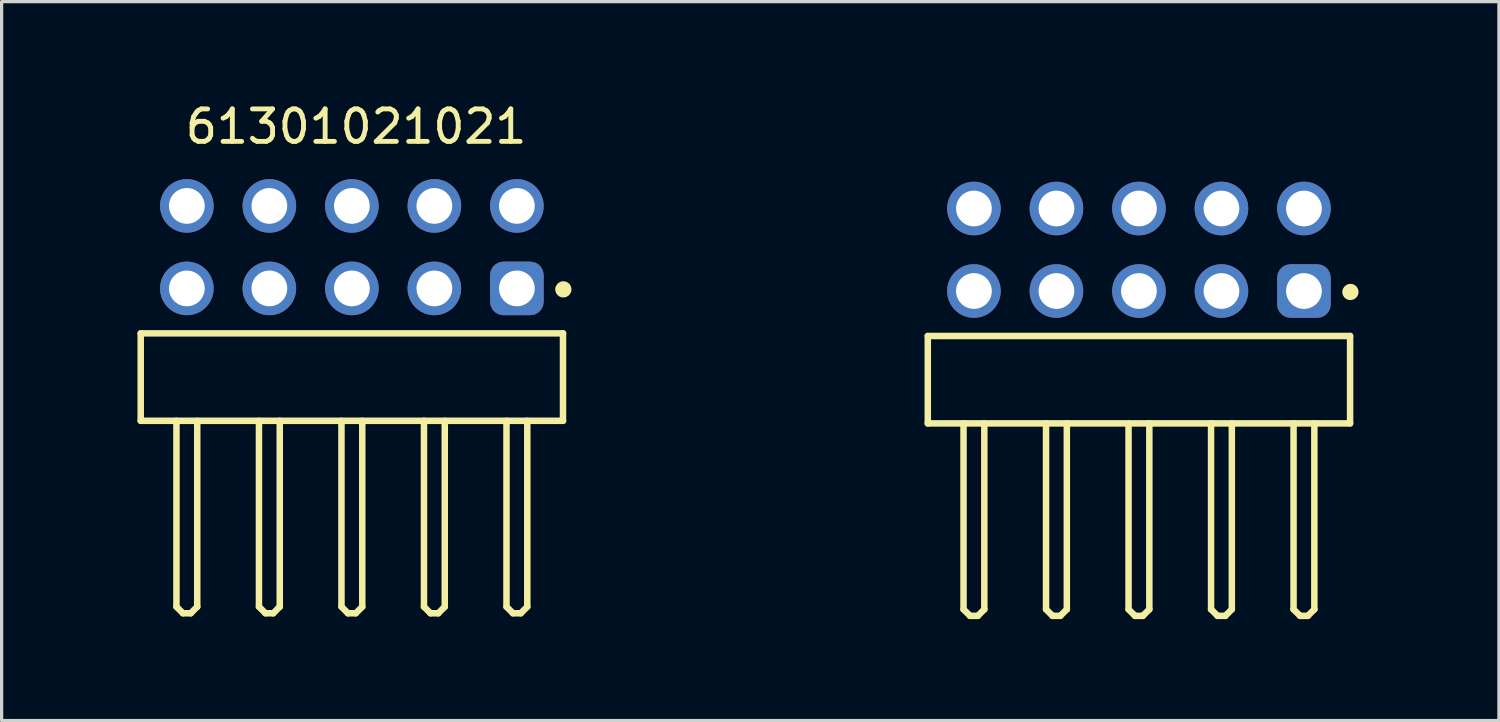
<source format=kicad_pcb>
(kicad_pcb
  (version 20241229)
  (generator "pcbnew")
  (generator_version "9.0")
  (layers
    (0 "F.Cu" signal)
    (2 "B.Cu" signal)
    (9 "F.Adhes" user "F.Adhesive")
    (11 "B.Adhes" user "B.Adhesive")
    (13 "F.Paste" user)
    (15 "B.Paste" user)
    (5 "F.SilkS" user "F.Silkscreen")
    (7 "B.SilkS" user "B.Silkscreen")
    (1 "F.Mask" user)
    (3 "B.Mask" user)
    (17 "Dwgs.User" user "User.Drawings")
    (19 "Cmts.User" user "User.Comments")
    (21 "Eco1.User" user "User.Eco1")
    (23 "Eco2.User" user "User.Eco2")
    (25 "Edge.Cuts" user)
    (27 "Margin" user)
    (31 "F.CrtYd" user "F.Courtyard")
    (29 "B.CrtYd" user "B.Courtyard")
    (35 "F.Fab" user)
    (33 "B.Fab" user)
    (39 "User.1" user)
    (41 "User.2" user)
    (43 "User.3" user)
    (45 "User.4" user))
  (footprint "61301021021"
    (layer "F.Cu")
    (at 19.642 8.186)
    (property "Reference" "61301021021" (at -11.73 -7.338 0) (layer "F.SilkS") (effects (font (size 1 1) (thickness 0.15))))
    (fp_line (start -18.36 -0.973) (end -5.36 -0.973) (stroke (width 0.2) (type solid)) (layer "F.SilkS"))
    (fp_line (start -18.36 1.718) (end -18.36 -0.973) (stroke (width 0.2) (type solid)) (layer "F.SilkS"))
    (fp_line (start -18.36 1.718) (end -5.36 1.718) (stroke (width 0.2) (type solid)) (layer "F.SilkS"))
    (fp_line (start -17.26 7.442) (end -17.26 1.718) (stroke (width 0.2) (type solid)) (layer "F.SilkS"))
    (fp_line (start -17.26 7.442) (end -17.06 7.643) (stroke (width 0.2) (type solid)) (layer "F.SilkS"))
    (fp_line (start -17.06 7.643) (end -16.82 7.643) (stroke (width 0.2) (type solid)) (layer "F.SilkS"))
    (fp_line (start -16.82 7.643) (end -16.62 7.442) (stroke (width 0.2) (type solid)) (layer "F.SilkS"))
    (fp_line (start -16.62 7.442) (end -16.62 1.718) (stroke (width 0.2) (type solid)) (layer "F.SilkS"))
    (fp_line (start -14.72 7.442) (end -14.72 1.718) (stroke (width 0.2) (type solid)) (layer "F.SilkS"))
    (fp_line (start -14.72 7.442) (end -14.52 7.643) (stroke (width 0.2) (type solid)) (layer "F.SilkS"))
    (fp_line (start -14.52 7.643) (end -14.28 7.643) (stroke (width 0.2) (type solid)) (layer "F.SilkS"))
    (fp_line (start -14.28 7.643) (end -14.08 7.442) (stroke (width 0.2) (type solid)) (layer "F.SilkS"))
    (fp_line (start -14.08 7.442) (end -14.08 1.718) (stroke (width 0.2) (type solid)) (layer "F.SilkS"))
    (fp_line (start -12.18 7.442) (end -12.18 1.718) (stroke (width 0.2) (type solid)) (layer "F.SilkS"))
    (fp_line (start -12.18 7.442) (end -11.98 7.643) (stroke (width 0.2) (type solid)) (layer "F.SilkS"))
    (fp_line (start -11.98 7.643) (end -11.74 7.643) (stroke (width 0.2) (type solid)) (layer "F.SilkS"))
    (fp_line (start -11.74 7.643) (end -11.54 7.442) (stroke (width 0.2) (type solid)) (layer "F.SilkS"))
    (fp_line (start -11.54 7.442) (end -11.54 1.718) (stroke (width 0.2) (type solid)) (layer "F.SilkS"))
    (fp_line (start -9.64 7.442) (end -9.64 1.718) (stroke (width 0.2) (type solid)) (layer "F.SilkS"))
    (fp_line (start -9.64 7.442) (end -9.44 7.643) (stroke (width 0.2) (type solid)) (layer "F.SilkS"))
    (fp_line (start -9.44 7.643) (end -9.2 7.643) (stroke (width 0.2) (type solid)) (layer "F.SilkS"))
    (fp_line (start -9.2 7.643) (end -9 7.442) (stroke (width 0.2) (type solid)) (layer "F.SilkS"))
    (fp_line (start -9 7.442) (end -9 1.718) (stroke (width 0.2) (type solid)) (layer "F.SilkS"))
    (fp_line (start -7.1 7.442) (end -7.1 1.718) (stroke (width 0.2) (type solid)) (layer "F.SilkS"))
    (fp_line (start -7.1 7.442) (end -6.9 7.643) (stroke (width 0.2) (type solid)) (layer "F.SilkS"))
    (fp_line (start -6.9 7.643) (end -6.66 7.643) (stroke (width 0.2) (type solid)) (layer "F.SilkS"))
    (fp_line (start -6.66 7.643) (end -6.46 7.442) (stroke (width 0.2) (type solid)) (layer "F.SilkS"))
    (fp_line (start -6.46 7.442) (end -6.46 1.718) (stroke (width 0.2) (type solid)) (layer "F.SilkS"))
    (fp_line (start -5.36 1.718) (end -5.36 -0.973) (stroke (width 0.2) (type solid)) (layer "F.SilkS"))
    (fp_line (start 5.87 -0.892) (end 18.87 -0.892) (stroke (width 0.2) (type solid)) (layer "F.SilkS"))
    (fp_line (start 5.87 1.798) (end 5.87 -0.892) (stroke (width 0.2) (type solid)) (layer "F.SilkS"))
    (fp_line (start 5.87 1.798) (end 18.87 1.798) (stroke (width 0.2) (type solid)) (layer "F.SilkS"))
    (fp_line (start 6.97 7.522) (end 6.97 1.798) (stroke (width 0.2) (type solid)) (layer "F.SilkS"))
    (fp_line (start 6.97 7.522) (end 7.17 7.723) (stroke (width 0.2) (type solid)) (layer "F.SilkS"))
    (fp_line (start 7.17 7.723) (end 7.41 7.723) (stroke (width 0.2) (type solid)) (layer "F.SilkS"))
    (fp_line (start 7.41 7.723) (end 7.61 7.522) (stroke (width 0.2) (type solid)) (layer "F.SilkS"))
    (fp_line (start 7.61 7.522) (end 7.61 1.798) (stroke (width 0.2) (type solid)) (layer "F.SilkS"))
    (fp_line (start 9.51 7.522) (end 9.51 1.798) (stroke (width 0.2) (type solid)) (layer "F.SilkS"))
    (fp_line (start 9.51 7.522) (end 9.71 7.723) (stroke (width 0.2) (type solid)) (layer "F.SilkS"))
    (fp_line (start 9.71 7.723) (end 9.95 7.723) (stroke (width 0.2) (type solid)) (layer "F.SilkS"))
    (fp_line (start 9.95 7.723) (end 10.15 7.522) (stroke (width 0.2) (type solid)) (layer "F.SilkS"))
    (fp_line (start 10.15 7.522) (end 10.15 1.798) (stroke (width 0.2) (type solid)) (layer "F.SilkS"))
    (fp_line (start 12.05 7.522) (end 12.05 1.798) (stroke (width 0.2) (type solid)) (layer "F.SilkS"))
    (fp_line (start 12.05 7.522) (end 12.25 7.723) (stroke (width 0.2) (type solid)) (layer "F.SilkS"))
    (fp_line (start 12.25 7.723) (end 12.49 7.723) (stroke (width 0.2) (type solid)) (layer "F.SilkS"))
    (fp_line (start 12.49 7.723) (end 12.69 7.522) (stroke (width 0.2) (type solid)) (layer "F.SilkS"))
    (fp_line (start 12.69 7.522) (end 12.69 1.798) (stroke (width 0.2) (type solid)) (layer "F.SilkS"))
    (fp_line (start 14.59 7.522) (end 14.59 1.798) (stroke (width 0.2) (type solid)) (layer "F.SilkS"))
    (fp_line (start 14.59 7.522) (end 14.79 7.723) (stroke (width 0.2) (type solid)) (layer "F.SilkS"))
    (fp_line (start 14.79 7.723) (end 15.03 7.723) (stroke (width 0.2) (type solid)) (layer "F.SilkS"))
    (fp_line (start 15.03 7.723) (end 15.23 7.522) (stroke (width 0.2) (type solid)) (layer "F.SilkS"))
    (fp_line (start 15.23 7.522) (end 15.23 1.798) (stroke (width 0.2) (type solid)) (layer "F.SilkS"))
    (fp_line (start 17.13 7.522) (end 17.13 1.798) (stroke (width 0.2) (type solid)) (layer "F.SilkS"))
    (fp_line (start 17.13 7.522) (end 17.33 7.723) (stroke (width 0.2) (type solid)) (layer "F.SilkS"))
    (fp_line (start 17.33 7.723) (end 17.57 7.723) (stroke (width 0.2) (type solid)) (layer "F.SilkS"))
    (fp_line (start 17.57 7.723) (end 17.77 7.522) (stroke (width 0.2) (type solid)) (layer "F.SilkS"))
    (fp_line (start 17.77 7.522) (end 17.77 1.798) (stroke (width 0.2) (type solid)) (layer "F.SilkS"))
    (fp_line (start 18.87 1.798) (end 18.87 -0.892) (stroke (width 0.2) (type solid)) (layer "F.SilkS"))
    (fp_circle (center -5.35 -2.328) (end -5.35 -2.453) (stroke (width 0.25) (type solid)) (fill no) (layer "F.SilkS"))
    (fp_circle (center 18.88 -2.248) (end 18.88 -2.373) (stroke (width 0.25) (type solid)) (fill no) (layer "F.SilkS"))
    (fp_line (start -18.56 -5.923) (end -5.16 -5.923) (stroke (width 0.05) (type solid)) (layer "Eco2.User"))
    (fp_line (start -18.56 7.843) (end -18.56 -5.923) (stroke (width 0.05) (type solid)) (layer "Eco2.User"))
    (fp_line (start -18.56 7.843) (end -5.16 7.843) (stroke (width 0.05) (type solid)) (layer "Eco2.User"))
    (fp_line (start -18.21 -0.897) (end -5.51 -0.897) (stroke (width 0.1) (type solid)) (layer "Eco2.User"))
    (fp_line (start -18.21 1.643) (end -18.21 -0.897) (stroke (width 0.1) (type solid)) (layer "Eco2.User"))
    (fp_line (start -18.21 1.643) (end -5.51 1.643) (stroke (width 0.1) (type solid)) (layer "Eco2.User"))
    (fp_line (start -17.26 -5.258) (end -16.62 -5.258) (stroke (width 0.1) (type solid)) (layer "Eco2.User"))
    (fp_line (start -17.26 -2.717) (end -16.62 -2.717) (stroke (width 0.1) (type solid)) (layer "Eco2.User"))
    (fp_line (start -17.26 -0.897) (end -17.26 -5.258) (stroke (width 0.1) (type solid)) (layer "Eco2.User"))
    (fp_line (start -17.26 7.442) (end -17.26 1.643) (stroke (width 0.1) (type solid)) (layer "Eco2.User"))
    (fp_line (start -17.26 7.442) (end -17.06 7.643) (stroke (width 0.1) (type solid)) (layer "Eco2.User"))
    (fp_line (start -17.06 7.643) (end -16.82 7.643) (stroke (width 0.1) (type solid)) (layer "Eco2.User"))
    (fp_line (start -16.82 7.643) (end -16.62 7.442) (stroke (width 0.1) (type solid)) (layer "Eco2.User"))
    (fp_line (start -16.62 -0.897) (end -16.62 -5.258) (stroke (width 0.1) (type solid)) (layer "Eco2.User"))
    (fp_line (start -16.62 7.442) (end -16.62 1.643) (stroke (width 0.1) (type solid)) (layer "Eco2.User"))
    (fp_line (start -14.72 -5.258) (end -14.08 -5.258) (stroke (width 0.1) (type solid)) (layer "Eco2.User"))
    (fp_line (start -14.72 -2.717) (end -14.08 -2.717) (stroke (width 0.1) (type solid)) (layer "Eco2.User"))
    (fp_line (start -14.72 -0.897) (end -14.72 -5.258) (stroke (width 0.1) (type solid)) (layer "Eco2.User"))
    (fp_line (start -14.72 7.442) (end -14.72 1.643) (stroke (width 0.1) (type solid)) (layer "Eco2.User"))
    (fp_line (start -14.72 7.442) (end -14.52 7.643) (stroke (width 0.1) (type solid)) (layer "Eco2.User"))
    (fp_line (start -14.52 7.643) (end -14.28 7.643) (stroke (width 0.1) (type solid)) (layer "Eco2.User"))
    (fp_line (start -14.28 7.643) (end -14.08 7.442) (stroke (width 0.1) (type solid)) (layer "Eco2.User"))
    (fp_line (start -14.08 -0.897) (end -14.08 -5.258) (stroke (width 0.1) (type solid)) (layer "Eco2.User"))
    (fp_line (start -14.08 7.442) (end -14.08 1.643) (stroke (width 0.1) (type solid)) (layer "Eco2.User"))
    (fp_line (start -12.36 0.372) (end -11.36 0.372) (stroke (width 0.05) (type solid)) (layer "Eco2.User"))
    (fp_line (start -12.18 -5.258) (end -11.54 -5.258) (stroke (width 0.1) (type solid)) (layer "Eco2.User"))
    (fp_line (start -12.18 -2.717) (end -11.54 -2.717) (stroke (width 0.1) (type solid)) (layer "Eco2.User"))
    (fp_line (start -12.18 -0.897) (end -12.18 -5.258) (stroke (width 0.1) (type solid)) (layer "Eco2.User"))
    (fp_line (start -12.18 7.442) (end -12.18 1.643) (stroke (width 0.1) (type solid)) (layer "Eco2.User"))
    (fp_line (start -12.18 7.442) (end -11.98 7.643) (stroke (width 0.1) (type solid)) (layer "Eco2.User"))
    (fp_line (start -11.98 7.643) (end -11.74 7.643) (stroke (width 0.1) (type solid)) (layer "Eco2.User"))
    (fp_line (start -11.86 0.873) (end -11.86 -0.128) (stroke (width 0.05) (type solid)) (layer "Eco2.User"))
    (fp_line (start -11.74 7.643) (end -11.54 7.442) (stroke (width 0.1) (type solid)) (layer "Eco2.User"))
    (fp_line (start -11.54 -0.897) (end -11.54 -5.258) (stroke (width 0.1) (type solid)) (layer "Eco2.User"))
    (fp_line (start -11.54 7.442) (end -11.54 1.643) (stroke (width 0.1) (type solid)) (layer "Eco2.User"))
    (fp_line (start -9.64 -5.258) (end -9 -5.258) (stroke (width 0.1) (type solid)) (layer "Eco2.User"))
    (fp_line (start -9.64 -2.717) (end -9 -2.717) (stroke (width 0.1) (type solid)) (layer "Eco2.User"))
    (fp_line (start -9.64 -0.897) (end -9.64 -5.258) (stroke (width 0.1) (type solid)) (layer "Eco2.User"))
    (fp_line (start -9.64 7.442) (end -9.64 1.643) (stroke (width 0.1) (type solid)) (layer "Eco2.User"))
    (fp_line (start -9.64 7.442) (end -9.44 7.643) (stroke (width 0.1) (type solid)) (layer "Eco2.User"))
    (fp_line (start -9.44 7.643) (end -9.2 7.643) (stroke (width 0.1) (type solid)) (layer "Eco2.User"))
    (fp_line (start -9.2 7.643) (end -9 7.442) (stroke (width 0.1) (type solid)) (layer "Eco2.User"))
    (fp_line (start -9 -0.897) (end -9 -5.258) (stroke (width 0.1) (type solid)) (layer "Eco2.User"))
    (fp_line (start -9 7.442) (end -9 1.643) (stroke (width 0.1) (type solid)) (layer "Eco2.User"))
    (fp_line (start -7.1 -5.258) (end -6.46 -5.258) (stroke (width 0.1) (type solid)) (layer "Eco2.User"))
    (fp_line (start -7.1 -2.717) (end -6.46 -2.717) (stroke (width 0.1) (type solid)) (layer "Eco2.User"))
    (fp_line (start -7.1 -0.897) (end -7.1 -5.258) (stroke (width 0.1) (type solid)) (layer "Eco2.User"))
    (fp_line (start -7.1 7.442) (end -7.1 1.643) (stroke (width 0.1) (type solid)) (layer "Eco2.User"))
    (fp_line (start -7.1 7.442) (end -6.9 7.643) (stroke (width 0.1) (type solid)) (layer "Eco2.User"))
    (fp_line (start -6.9 7.643) (end -6.66 7.643) (stroke (width 0.1) (type solid)) (layer "Eco2.User"))
    (fp_line (start -6.66 7.643) (end -6.46 7.442) (stroke (width 0.1) (type solid)) (layer "Eco2.User"))
    (fp_line (start -6.46 -0.897) (end -6.46 -5.258) (stroke (width 0.1) (type solid)) (layer "Eco2.User"))
    (fp_line (start -6.46 7.442) (end -6.46 1.643) (stroke (width 0.1) (type solid)) (layer "Eco2.User"))
    (fp_line (start -5.51 1.643) (end -5.51 -0.897) (stroke (width 0.1) (type solid)) (layer "Eco2.User"))
    (fp_line (start -5.16 7.843) (end -5.16 -5.923) (stroke (width 0.05) (type solid)) (layer "Eco2.User"))
    (fp_line (start 5.67 -5.843) (end 19.07 -5.843) (stroke (width 0.05) (type solid)) (layer "Eco2.User"))
    (fp_line (start 5.67 7.923) (end 5.67 -5.843) (stroke (width 0.05) (type solid)) (layer "Eco2.User"))
    (fp_line (start 5.67 7.923) (end 19.07 7.923) (stroke (width 0.05) (type solid)) (layer "Eco2.User"))
    (fp_line (start 6.02 -0.818) (end 18.72 -0.818) (stroke (width 0.1) (type solid)) (layer "Eco2.User"))
    (fp_line (start 6.02 1.722) (end 6.02 -0.818) (stroke (width 0.1) (type solid)) (layer "Eco2.User"))
    (fp_line (start 6.02 1.722) (end 18.72 1.722) (stroke (width 0.1) (type solid)) (layer "Eco2.User"))
    (fp_line (start 6.97 -5.178) (end 7.61 -5.178) (stroke (width 0.1) (type solid)) (layer "Eco2.User"))
    (fp_line (start 6.97 -2.638) (end 7.61 -2.638) (stroke (width 0.1) (type solid)) (layer "Eco2.User"))
    (fp_line (start 6.97 -0.818) (end 6.97 -5.178) (stroke (width 0.1) (type solid)) (layer "Eco2.User"))
    (fp_line (start 6.97 7.522) (end 6.97 1.722) (stroke (width 0.1) (type solid)) (layer "Eco2.User"))
    (fp_line (start 6.97 7.522) (end 7.17 7.723) (stroke (width 0.1) (type solid)) (layer "Eco2.User"))
    (fp_line (start 7.17 7.723) (end 7.41 7.723) (stroke (width 0.1) (type solid)) (layer "Eco2.User"))
    (fp_line (start 7.41 7.723) (end 7.61 7.522) (stroke (width 0.1) (type solid)) (layer "Eco2.User"))
    (fp_line (start 7.61 -0.818) (end 7.61 -5.178) (stroke (width 0.1) (type solid)) (layer "Eco2.User"))
    (fp_line (start 7.61 7.522) (end 7.61 1.722) (stroke (width 0.1) (type solid)) (layer "Eco2.User"))
    (fp_line (start 9.51 -5.178) (end 10.15 -5.178) (stroke (width 0.1) (type solid)) (layer "Eco2.User"))
    (fp_line (start 9.51 -2.638) (end 10.15 -2.638) (stroke (width 0.1) (type solid)) (layer "Eco2.User"))
    (fp_line (start 9.51 -0.818) (end 9.51 -5.178) (stroke (width 0.1) (type solid)) (layer "Eco2.User"))
    (fp_line (start 9.51 7.522) (end 9.51 1.722) (stroke (width 0.1) (type solid)) (layer "Eco2.User"))
    (fp_line (start 9.51 7.522) (end 9.71 7.723) (stroke (width 0.1) (type solid)) (layer "Eco2.User"))
    (fp_line (start 9.71 7.723) (end 9.95 7.723) (stroke (width 0.1) (type solid)) (layer "Eco2.User"))
    (fp_line (start 9.95 7.723) (end 10.15 7.522) (stroke (width 0.1) (type solid)) (layer "Eco2.User"))
    (fp_line (start 10.15 -0.818) (end 10.15 -5.178) (stroke (width 0.1) (type solid)) (layer "Eco2.User"))
    (fp_line (start 10.15 7.522) (end 10.15 1.722) (stroke (width 0.1) (type solid)) (layer "Eco2.User"))
    (fp_line (start 11.87 0.453) (end 12.87 0.453) (stroke (width 0.05) (type solid)) (layer "Eco2.User"))
    (fp_line (start 12.05 -5.178) (end 12.69 -5.178) (stroke (width 0.1) (type solid)) (layer "Eco2.User"))
    (fp_line (start 12.05 -2.638) (end 12.69 -2.638) (stroke (width 0.1) (type solid)) (layer "Eco2.User"))
    (fp_line (start 12.05 -0.818) (end 12.05 -5.178) (stroke (width 0.1) (type solid)) (layer "Eco2.User"))
    (fp_line (start 12.05 7.522) (end 12.05 1.722) (stroke (width 0.1) (type solid)) (layer "Eco2.User"))
    (fp_line (start 12.05 7.522) (end 12.25 7.723) (stroke (width 0.1) (type solid)) (layer "Eco2.User"))
    (fp_line (start 12.25 7.723) (end 12.49 7.723) (stroke (width 0.1) (type solid)) (layer "Eco2.User"))
    (fp_line (start 12.37 0.953) (end 12.37 -0.048) (stroke (width 0.05) (type solid)) (layer "Eco2.User"))
    (fp_line (start 12.49 7.723) (end 12.69 7.522) (stroke (width 0.1) (type solid)) (layer "Eco2.User"))
    (fp_line (start 12.69 -0.818) (end 12.69 -5.178) (stroke (width 0.1) (type solid)) (layer "Eco2.User"))
    (fp_line (start 12.69 7.522) (end 12.69 1.722) (stroke (width 0.1) (type solid)) (layer "Eco2.User"))
    (fp_line (start 14.59 -5.178) (end 15.23 -5.178) (stroke (width 0.1) (type solid)) (layer "Eco2.User"))
    (fp_line (start 14.59 -2.638) (end 15.23 -2.638) (stroke (width 0.1) (type solid)) (layer "Eco2.User"))
    (fp_line (start 14.59 -0.818) (end 14.59 -5.178) (stroke (width 0.1) (type solid)) (layer "Eco2.User"))
    (fp_line (start 14.59 7.522) (end 14.59 1.722) (stroke (width 0.1) (type solid)) (layer "Eco2.User"))
    (fp_line (start 14.59 7.522) (end 14.79 7.723) (stroke (width 0.1) (type solid)) (layer "Eco2.User"))
    (fp_line (start 14.79 7.723) (end 15.03 7.723) (stroke (width 0.1) (type solid)) (layer "Eco2.User"))
    (fp_line (start 15.03 7.723) (end 15.23 7.522) (stroke (width 0.1) (type solid)) (layer "Eco2.User"))
    (fp_line (start 15.23 -0.818) (end 15.23 -5.178) (stroke (width 0.1) (type solid)) (layer "Eco2.User"))
    (fp_line (start 15.23 7.522) (end 15.23 1.722) (stroke (width 0.1) (type solid)) (layer "Eco2.User"))
    (fp_line (start 17.13 -5.178) (end 17.77 -5.178) (stroke (width 0.1) (type solid)) (layer "Eco2.User"))
    (fp_line (start 17.13 -2.638) (end 17.77 -2.638) (stroke (width 0.1) (type solid)) (layer "Eco2.User"))
    (fp_line (start 17.13 -0.818) (end 17.13 -5.178) (stroke (width 0.1) (type solid)) (layer "Eco2.User"))
    (fp_line (start 17.13 7.522) (end 17.13 1.722) (stroke (width 0.1) (type solid)) (layer "Eco2.User"))
    (fp_line (start 17.13 7.522) (end 17.33 7.723) (stroke (width 0.1) (type solid)) (layer "Eco2.User"))
    (fp_line (start 17.33 7.723) (end 17.57 7.723) (stroke (width 0.1) (type solid)) (layer "Eco2.User"))
    (fp_line (start 17.57 7.723) (end 17.77 7.522) (stroke (width 0.1) (type solid)) (layer "Eco2.User"))
    (fp_line (start 17.77 -0.818) (end 17.77 -5.178) (stroke (width 0.1) (type solid)) (layer "Eco2.User"))
    (fp_line (start 17.77 7.522) (end 17.77 1.722) (stroke (width 0.1) (type solid)) (layer "Eco2.User"))
    (fp_line (start 18.72 1.722) (end 18.72 -0.818) (stroke (width 0.1) (type solid)) (layer "Eco2.User"))
    (fp_line (start 19.07 7.923) (end 19.07 -5.843) (stroke (width 0.05) (type solid)) (layer "Eco2.User"))
    (fp_text user "${REFERENCE}" (at -11.71 0.176 0) (unlocked yes) (layer "User.3") (effects (font (size 1.5 1.5) (thickness 0.15))))
    (fp_text user "${REFERENCE}" (at 12.52 0.256 0) (unlocked yes) (layer "User.3") (effects (font (size 1.5 1.5) (thickness 0.15))))
    (pad "1" thru_hole roundrect (at 17.45 -2.277) (size 1.65 1.65) (drill 1.1) (layers "*.Cu" "*.Mask") (roundrect_rratio 0.25))
    (pad "2" thru_hole circle (at 17.45 -4.817) (size 1.65 1.65) (drill 1.1) (layers "*.Cu" "*.Mask"))
    (pad "3" thru_hole circle (at 14.91 -2.277) (size 1.65 1.65) (drill 1.1) (layers "*.Cu" "*.Mask"))
    (pad "4" thru_hole circle (at 14.91 -4.817) (size 1.65 1.65) (drill 1.1) (layers "*.Cu" "*.Mask"))
    (pad "5" thru_hole circle (at 12.37 -2.277) (size 1.65 1.65) (drill 1.1) (layers "*.Cu" "*.Mask"))
    (pad "6" thru_hole circle (at 12.37 -4.817) (size 1.65 1.65) (drill 1.1) (layers "*.Cu" "*.Mask"))
    (pad "7" thru_hole circle (at 9.83 -2.277) (size 1.65 1.65) (drill 1.1) (layers "*.Cu" "*.Mask"))
    (pad "8" thru_hole circle (at 9.83 -4.817) (size 1.65 1.65) (drill 1.1) (layers "*.Cu" "*.Mask"))
    (pad "9" thru_hole circle (at 7.29 -2.277) (size 1.65 1.65) (drill 1.1) (layers "*.Cu" "*.Mask"))
    (pad "10" thru_hole circle (at 7.29 -4.817) (size 1.65 1.65) (drill 1.1) (layers "*.Cu" "*.Mask"))
    (pad "11" thru_hole roundrect (at -6.78 -2.357) (size 1.65 1.65) (drill 1.1) (layers "*.Cu" "*.Mask") (roundrect_rratio 0.25))
    (pad "12" thru_hole circle (at -6.78 -4.897) (size 1.65 1.65) (drill 1.1) (layers "*.Cu" "*.Mask"))
    (pad "13" thru_hole circle (at -9.32 -2.357) (size 1.65 1.65) (drill 1.1) (layers "*.Cu" "*.Mask"))
    (pad "14" thru_hole circle (at -9.32 -4.897) (size 1.65 1.65) (drill 1.1) (layers "*.Cu" "*.Mask"))
    (pad "15" thru_hole circle (at -11.86 -2.357) (size 1.65 1.65) (drill 1.1) (layers "*.Cu" "*.Mask"))
    (pad "16" thru_hole circle (at -11.86 -4.897) (size 1.65 1.65) (drill 1.1) (layers "*.Cu" "*.Mask"))
    (pad "17" thru_hole circle (at -14.4 -2.357) (size 1.65 1.65) (drill 1.1) (layers "*.Cu" "*.Mask"))
    (pad "18" thru_hole circle (at -14.4 -4.897) (size 1.65 1.65) (drill 1.1) (layers "*.Cu" "*.Mask"))
    (pad "19" thru_hole circle (at -16.94 -2.357) (size 1.65 1.65) (drill 1.1) (layers "*.Cu" "*.Mask"))
    (pad "20" thru_hole circle (at -16.94 -4.897) (size 1.65 1.65) (drill 1.1) (layers "*.Cu" "*.Mask")))
  (gr_rect
    (start -3 -3)
    (end 43.094 19.133)
    (stroke (width 0.1) (type default))
    (fill no)
    (layer "Edge.Cuts")))
</source>
